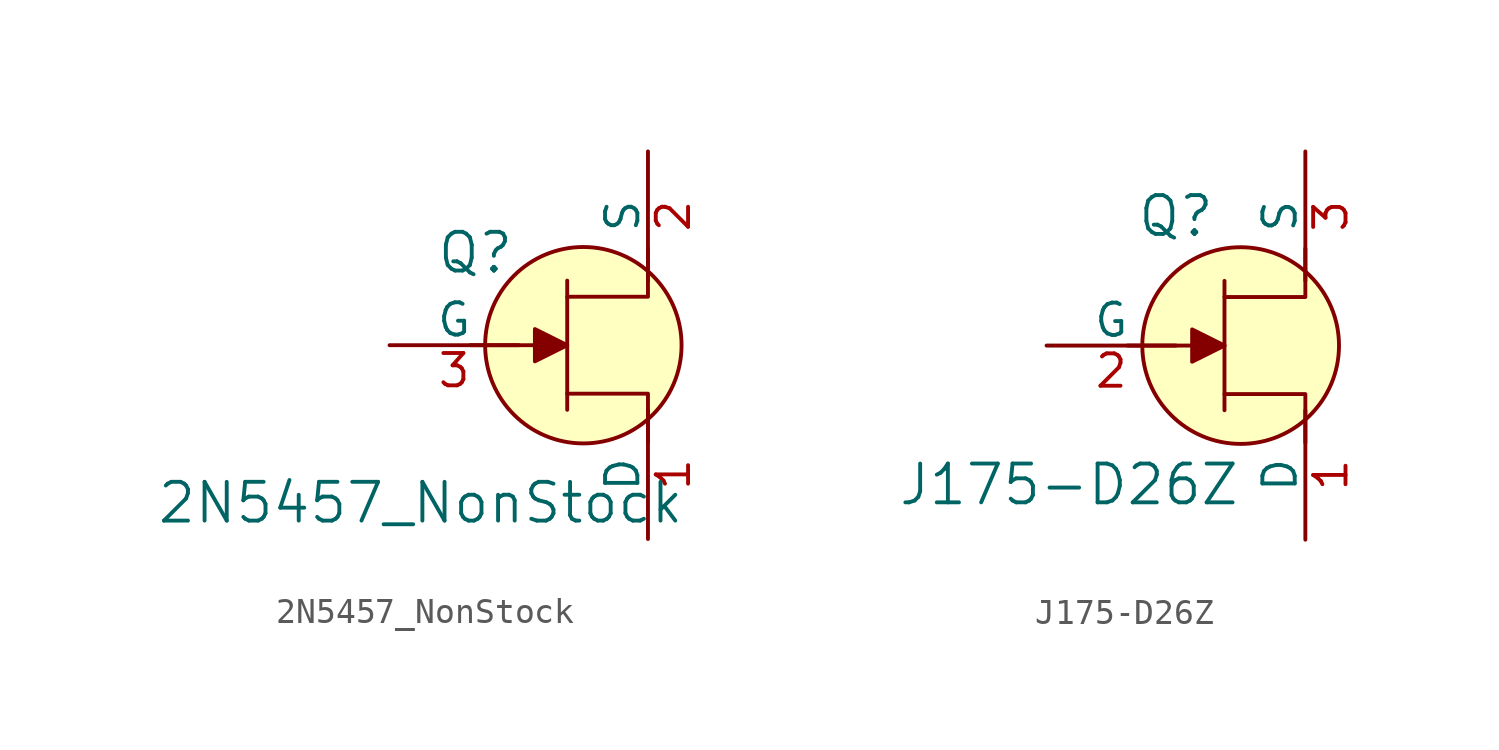
<source format=kicad_sym>
(kicad_symbol_lib
  (version 20220914)
  (generator kicad_symbol_editor)
  (symbol "2N5457_NonStock"
    (pin_names
      (offset 0))
    (property "Reference" "Q"
      (at -2.692 3.632 0)
      (effects (font (size 1.524 1.524)) (justify right)))
    (property "Value" "2N5457_NonStock"
      (at -6.401 -6.198 0)
      (effects (font (size 1.524 1.524))))
    (symbol "2N5457_NonStock_0_1"
      (polyline (pts (xy -0.635 -2.54) (xy -0.635 2.54)) (stroke (width 0) (type solid)) (fill (type none)))
      (polyline (pts (xy -0.635 0) (xy -4.445 0)) (stroke (width 0) (type solid)) (fill (type none)))
      (polyline (pts (xy -0.635 -1.905) (xy 2.54 -1.905) (xy 2.54 -3.81)) (stroke (width 0) (type solid)) (fill (type none)))
      (polyline (pts (xy -0.635 1.905) (xy 2.54 1.905) (xy 2.54 3.81)) (stroke (width 0) (type solid)) (fill (type none))))
    (symbol "2N5457_NonStock_1_1"
      (polyline (pts (xy -1.905 0.635) (xy -1.905 -0.635) (xy -0.635 0) (xy -1.905 0.635)) (stroke (width 0) (type solid)) (fill (type outline)))
      (circle (center 0 0) (radius 3.861) (stroke (width 0) (type solid)) (fill (type background)))
      (pin passive line (at 2.54 -7.62 90) (length 5.08) (name "D" (effects (font (size 1.27 1.27)))) (number "1" (effects (font (size 1.27 1.27)))))
      (pin passive line (at 2.54 7.62 270) (length 5.08) (name "S" (effects (font (size 1.27 1.27)))) (number "2" (effects (font (size 1.27 1.27)))))
      (pin input line (at -7.62 0 0) (length 5.08) (name "G" (effects (font (size 1.27 1.27)))) (number "3" (effects (font (size 1.27 1.27)))))))
  (symbol "J175-D26Z"
    (pin_names
      (offset 0))
    (property "Reference" "Q"
      (at -2.54 5.08 0)
      (effects (font (size 1.524 1.524))))
    (property "Value" "J175-D26Z"
      (at 0 -6.35 0)
      (effects (font (size 1.524 1.524)) (justify right bottom)))
    (symbol "J175-D26Z_0_1"
      (polyline (pts (xy -0.635 -2.54) (xy -0.635 2.54)) (stroke (width 0) (type solid)) (fill (type none)))
      (polyline (pts (xy -0.635 0) (xy -4.445 0)) (stroke (width 0) (type solid)) (fill (type none)))
      (polyline (pts (xy -0.635 -1.905) (xy 2.54 -1.905) (xy 2.54 -3.81)) (stroke (width 0) (type solid)) (fill (type none)))
      (polyline (pts (xy -0.635 1.905) (xy 2.54 1.905) (xy 2.54 3.81)) (stroke (width 0) (type solid)) (fill (type none))))
    (symbol "J175-D26Z_1_1"
      (polyline (pts (xy -1.905 0.635) (xy -1.905 -0.635) (xy -0.635 0) (xy -1.905 0.635)) (stroke (width 0) (type solid)) (fill (type outline)))
      (circle (center 0 0) (radius 3.861) (stroke (width 0) (type solid)) (fill (type background)))
      (pin bidirectional line (at 2.54 -7.62 90) (length 5.08) (name "D" (effects (font (size 1.27 1.27)))) (number "1" (effects (font (size 1.27 1.27)))))
      (pin input line (at -7.62 0 0) (length 5.08) (name "G" (effects (font (size 1.27 1.27)))) (number "2" (effects (font (size 1.27 1.27)))))
      (pin bidirectional line (at 2.54 7.62 270) (length 5.08) (name "S" (effects (font (size 1.27 1.27)))) (number "3" (effects (font (size 1.27 1.27))))))))
</source>
